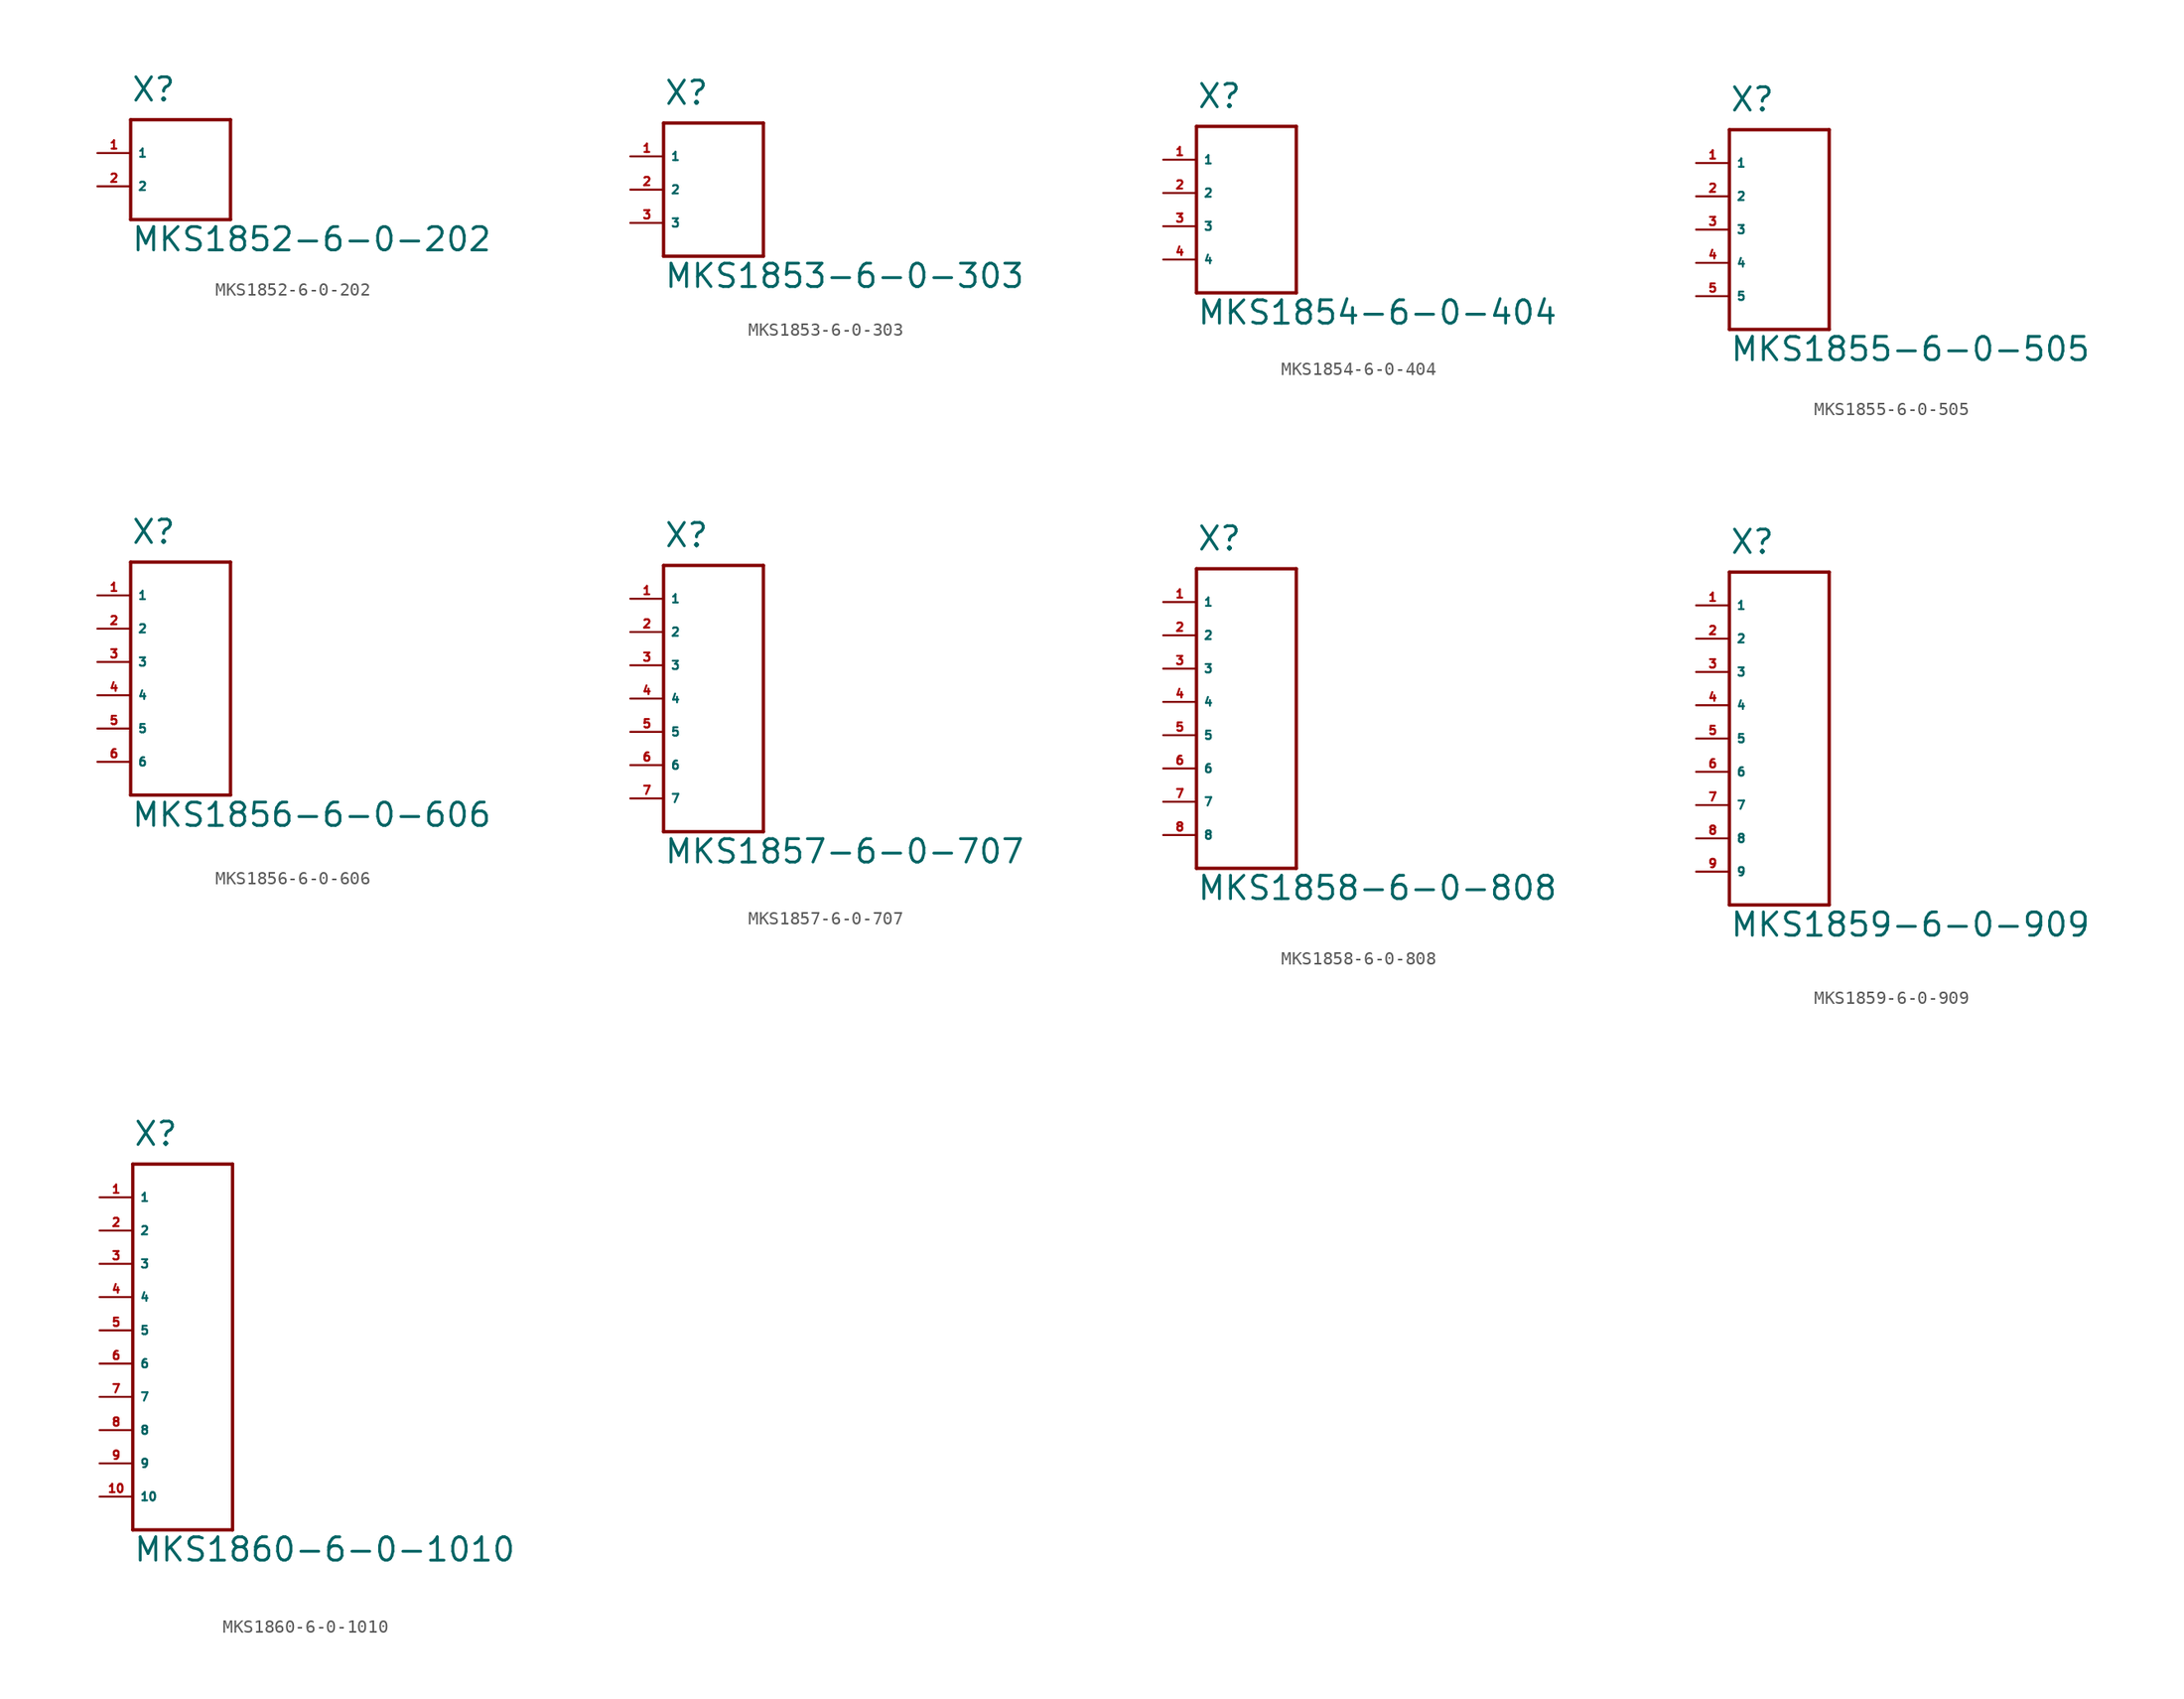
<source format=kicad_sym>
(kicad_symbol_lib
  (version 20220914)
  (generator Eagle2Kicad)
  (symbol "MKS1852-6-0-202"
    (property "Reference" "X"
      (at -2.54 3.81 0)
      (effects (font (size 1.778 1.778) (thickness 0.22)) (justify left bottom)))
    (property "Value" "MKS1852-6-0-202"
      (at -2.54 -7.62 0)
      (effects (font (size 1.778 1.778) (thickness 0.22)) (justify left bottom)))
    (polyline
      (pts (xy -2.54 2.54) (xy 5.08 2.54))
      (stroke (width 0.254) (type default))
      (fill (type none)))
    (polyline
      (pts (xy 5.08 2.54) (xy 5.08 -5.08))
      (stroke (width 0.254) (type default))
      (fill (type none)))
    (polyline
      (pts (xy 5.08 -5.08) (xy -2.54 -5.08))
      (stroke (width 0.254) (type default))
      (fill (type none)))
    (polyline
      (pts (xy -2.54 -5.08) (xy -2.54 2.54))
      (stroke (width 0.254) (type default))
      (fill (type none)))
    (pin input line
      (at -5.08 0 0)
      (length 2.54)
      (name "1" (effects (font (size 0.635 0.635) (thickness 0.08)) (justify left bottom)))
      (number "1" (effects (font (size 0.635 0.635) (thickness 0.08)) (justify left bottom))))
    (pin input line
      (at -5.08 -2.54 0)
      (length 2.54)
      (name "2" (effects (font (size 0.635 0.635) (thickness 0.08)) (justify left bottom)))
      (number "2" (effects (font (size 0.635 0.635) (thickness 0.08)) (justify left bottom)))))
  (symbol "MKS1853-6-0-303"
    (property "Reference" "X"
      (at -2.54 3.81 0)
      (effects (font (size 1.778 1.778) (thickness 0.22)) (justify left bottom)))
    (property "Value" "MKS1853-6-0-303"
      (at -2.54 -10.16 0)
      (effects (font (size 1.778 1.778) (thickness 0.22)) (justify left bottom)))
    (polyline
      (pts (xy -2.54 2.54) (xy 5.08 2.54))
      (stroke (width 0.254) (type default))
      (fill (type none)))
    (polyline
      (pts (xy 5.08 2.54) (xy 5.08 -7.62))
      (stroke (width 0.254) (type default))
      (fill (type none)))
    (polyline
      (pts (xy 5.08 -7.62) (xy -2.54 -7.62))
      (stroke (width 0.254) (type default))
      (fill (type none)))
    (polyline
      (pts (xy -2.54 -7.62) (xy -2.54 2.54))
      (stroke (width 0.254) (type default))
      (fill (type none)))
    (pin input line
      (at -5.08 0 0)
      (length 2.54)
      (name "1" (effects (font (size 0.635 0.635) (thickness 0.08)) (justify left bottom)))
      (number "1" (effects (font (size 0.635 0.635) (thickness 0.08)) (justify left bottom))))
    (pin input line
      (at -5.08 -2.54 0)
      (length 2.54)
      (name "2" (effects (font (size 0.635 0.635) (thickness 0.08)) (justify left bottom)))
      (number "2" (effects (font (size 0.635 0.635) (thickness 0.08)) (justify left bottom))))
    (pin input line
      (at -5.08 -5.08 0)
      (length 2.54)
      (name "3" (effects (font (size 0.635 0.635) (thickness 0.08)) (justify left bottom)))
      (number "3" (effects (font (size 0.635 0.635) (thickness 0.08)) (justify left bottom)))))
  (symbol "MKS1854-6-0-404"
    (property "Reference" "X"
      (at -2.54 3.81 0)
      (effects (font (size 1.778 1.778) (thickness 0.22)) (justify left bottom)))
    (property "Value" "MKS1854-6-0-404"
      (at -2.54 -12.7 0)
      (effects (font (size 1.778 1.778) (thickness 0.22)) (justify left bottom)))
    (polyline
      (pts (xy -2.54 2.54) (xy 5.08 2.54))
      (stroke (width 0.254) (type default))
      (fill (type none)))
    (polyline
      (pts (xy 5.08 2.54) (xy 5.08 -10.16))
      (stroke (width 0.254) (type default))
      (fill (type none)))
    (polyline
      (pts (xy 5.08 -10.16) (xy -2.54 -10.16))
      (stroke (width 0.254) (type default))
      (fill (type none)))
    (polyline
      (pts (xy -2.54 -10.16) (xy -2.54 2.54))
      (stroke (width 0.254) (type default))
      (fill (type none)))
    (pin input line
      (at -5.08 0 0)
      (length 2.54)
      (name "1" (effects (font (size 0.635 0.635) (thickness 0.08)) (justify left bottom)))
      (number "1" (effects (font (size 0.635 0.635) (thickness 0.08)) (justify left bottom))))
    (pin input line
      (at -5.08 -2.54 0)
      (length 2.54)
      (name "2" (effects (font (size 0.635 0.635) (thickness 0.08)) (justify left bottom)))
      (number "2" (effects (font (size 0.635 0.635) (thickness 0.08)) (justify left bottom))))
    (pin input line
      (at -5.08 -5.08 0)
      (length 2.54)
      (name "3" (effects (font (size 0.635 0.635) (thickness 0.08)) (justify left bottom)))
      (number "3" (effects (font (size 0.635 0.635) (thickness 0.08)) (justify left bottom))))
    (pin input line
      (at -5.08 -7.62 0)
      (length 2.54)
      (name "4" (effects (font (size 0.635 0.635) (thickness 0.08)) (justify left bottom)))
      (number "4" (effects (font (size 0.635 0.635) (thickness 0.08)) (justify left bottom)))))
  (symbol "MKS1855-6-0-505"
    (property "Reference" "X"
      (at -2.54 3.81 0)
      (effects (font (size 1.778 1.778) (thickness 0.22)) (justify left bottom)))
    (property "Value" "MKS1855-6-0-505"
      (at -2.54 -15.24 0)
      (effects (font (size 1.778 1.778) (thickness 0.22)) (justify left bottom)))
    (polyline
      (pts (xy -2.54 2.54) (xy 5.08 2.54))
      (stroke (width 0.254) (type default))
      (fill (type none)))
    (polyline
      (pts (xy 5.08 2.54) (xy 5.08 -12.7))
      (stroke (width 0.254) (type default))
      (fill (type none)))
    (polyline
      (pts (xy 5.08 -12.7) (xy -2.54 -12.7))
      (stroke (width 0.254) (type default))
      (fill (type none)))
    (polyline
      (pts (xy -2.54 -12.7) (xy -2.54 2.54))
      (stroke (width 0.254) (type default))
      (fill (type none)))
    (pin input line
      (at -5.08 0 0)
      (length 2.54)
      (name "1" (effects (font (size 0.635 0.635) (thickness 0.08)) (justify left bottom)))
      (number "1" (effects (font (size 0.635 0.635) (thickness 0.08)) (justify left bottom))))
    (pin input line
      (at -5.08 -2.54 0)
      (length 2.54)
      (name "2" (effects (font (size 0.635 0.635) (thickness 0.08)) (justify left bottom)))
      (number "2" (effects (font (size 0.635 0.635) (thickness 0.08)) (justify left bottom))))
    (pin input line
      (at -5.08 -5.08 0)
      (length 2.54)
      (name "3" (effects (font (size 0.635 0.635) (thickness 0.08)) (justify left bottom)))
      (number "3" (effects (font (size 0.635 0.635) (thickness 0.08)) (justify left bottom))))
    (pin input line
      (at -5.08 -7.62 0)
      (length 2.54)
      (name "4" (effects (font (size 0.635 0.635) (thickness 0.08)) (justify left bottom)))
      (number "4" (effects (font (size 0.635 0.635) (thickness 0.08)) (justify left bottom))))
    (pin input line
      (at -5.08 -10.16 0)
      (length 2.54)
      (name "5" (effects (font (size 0.635 0.635) (thickness 0.08)) (justify left bottom)))
      (number "5" (effects (font (size 0.635 0.635) (thickness 0.08)) (justify left bottom)))))
  (symbol "MKS1856-6-0-606"
    (property "Reference" "X"
      (at -2.54 3.81 0)
      (effects (font (size 1.778 1.778) (thickness 0.22)) (justify left bottom)))
    (property "Value" "MKS1856-6-0-606"
      (at -2.54 -17.78 0)
      (effects (font (size 1.778 1.778) (thickness 0.22)) (justify left bottom)))
    (polyline
      (pts (xy -2.54 2.54) (xy 5.08 2.54))
      (stroke (width 0.254) (type default))
      (fill (type none)))
    (polyline
      (pts (xy 5.08 2.54) (xy 5.08 -15.24))
      (stroke (width 0.254) (type default))
      (fill (type none)))
    (polyline
      (pts (xy 5.08 -15.24) (xy -2.54 -15.24))
      (stroke (width 0.254) (type default))
      (fill (type none)))
    (polyline
      (pts (xy -2.54 -15.24) (xy -2.54 2.54))
      (stroke (width 0.254) (type default))
      (fill (type none)))
    (pin input line
      (at -5.08 0 0)
      (length 2.54)
      (name "1" (effects (font (size 0.635 0.635) (thickness 0.08)) (justify left bottom)))
      (number "1" (effects (font (size 0.635 0.635) (thickness 0.08)) (justify left bottom))))
    (pin input line
      (at -5.08 -2.54 0)
      (length 2.54)
      (name "2" (effects (font (size 0.635 0.635) (thickness 0.08)) (justify left bottom)))
      (number "2" (effects (font (size 0.635 0.635) (thickness 0.08)) (justify left bottom))))
    (pin input line
      (at -5.08 -5.08 0)
      (length 2.54)
      (name "3" (effects (font (size 0.635 0.635) (thickness 0.08)) (justify left bottom)))
      (number "3" (effects (font (size 0.635 0.635) (thickness 0.08)) (justify left bottom))))
    (pin input line
      (at -5.08 -7.62 0)
      (length 2.54)
      (name "4" (effects (font (size 0.635 0.635) (thickness 0.08)) (justify left bottom)))
      (number "4" (effects (font (size 0.635 0.635) (thickness 0.08)) (justify left bottom))))
    (pin input line
      (at -5.08 -10.16 0)
      (length 2.54)
      (name "5" (effects (font (size 0.635 0.635) (thickness 0.08)) (justify left bottom)))
      (number "5" (effects (font (size 0.635 0.635) (thickness 0.08)) (justify left bottom))))
    (pin input line
      (at -5.08 -12.7 0)
      (length 2.54)
      (name "6" (effects (font (size 0.635 0.635) (thickness 0.08)) (justify left bottom)))
      (number "6" (effects (font (size 0.635 0.635) (thickness 0.08)) (justify left bottom)))))
  (symbol "MKS1857-6-0-707"
    (property "Reference" "X"
      (at -2.54 3.81 0)
      (effects (font (size 1.778 1.778) (thickness 0.22)) (justify left bottom)))
    (property "Value" "MKS1857-6-0-707"
      (at -2.54 -20.32 0)
      (effects (font (size 1.778 1.778) (thickness 0.22)) (justify left bottom)))
    (polyline
      (pts (xy -2.54 2.54) (xy 5.08 2.54))
      (stroke (width 0.254) (type default))
      (fill (type none)))
    (polyline
      (pts (xy 5.08 2.54) (xy 5.08 -17.78))
      (stroke (width 0.254) (type default))
      (fill (type none)))
    (polyline
      (pts (xy 5.08 -17.78) (xy -2.54 -17.78))
      (stroke (width 0.254) (type default))
      (fill (type none)))
    (polyline
      (pts (xy -2.54 -17.78) (xy -2.54 2.54))
      (stroke (width 0.254) (type default))
      (fill (type none)))
    (pin input line
      (at -5.08 0 0)
      (length 2.54)
      (name "1" (effects (font (size 0.635 0.635) (thickness 0.08)) (justify left bottom)))
      (number "1" (effects (font (size 0.635 0.635) (thickness 0.08)) (justify left bottom))))
    (pin input line
      (at -5.08 -2.54 0)
      (length 2.54)
      (name "2" (effects (font (size 0.635 0.635) (thickness 0.08)) (justify left bottom)))
      (number "2" (effects (font (size 0.635 0.635) (thickness 0.08)) (justify left bottom))))
    (pin input line
      (at -5.08 -5.08 0)
      (length 2.54)
      (name "3" (effects (font (size 0.635 0.635) (thickness 0.08)) (justify left bottom)))
      (number "3" (effects (font (size 0.635 0.635) (thickness 0.08)) (justify left bottom))))
    (pin input line
      (at -5.08 -7.62 0)
      (length 2.54)
      (name "4" (effects (font (size 0.635 0.635) (thickness 0.08)) (justify left bottom)))
      (number "4" (effects (font (size 0.635 0.635) (thickness 0.08)) (justify left bottom))))
    (pin input line
      (at -5.08 -10.16 0)
      (length 2.54)
      (name "5" (effects (font (size 0.635 0.635) (thickness 0.08)) (justify left bottom)))
      (number "5" (effects (font (size 0.635 0.635) (thickness 0.08)) (justify left bottom))))
    (pin input line
      (at -5.08 -12.7 0)
      (length 2.54)
      (name "6" (effects (font (size 0.635 0.635) (thickness 0.08)) (justify left bottom)))
      (number "6" (effects (font (size 0.635 0.635) (thickness 0.08)) (justify left bottom))))
    (pin input line
      (at -5.08 -15.24 0)
      (length 2.54)
      (name "7" (effects (font (size 0.635 0.635) (thickness 0.08)) (justify left bottom)))
      (number "7" (effects (font (size 0.635 0.635) (thickness 0.08)) (justify left bottom)))))
  (symbol "MKS1858-6-0-808"
    (property "Reference" "X"
      (at -2.54 3.81 0)
      (effects (font (size 1.778 1.778) (thickness 0.22)) (justify left bottom)))
    (property "Value" "MKS1858-6-0-808"
      (at -2.54 -22.86 0)
      (effects (font (size 1.778 1.778) (thickness 0.22)) (justify left bottom)))
    (polyline
      (pts (xy -2.54 2.54) (xy 5.08 2.54))
      (stroke (width 0.254) (type default))
      (fill (type none)))
    (polyline
      (pts (xy 5.08 2.54) (xy 5.08 -20.32))
      (stroke (width 0.254) (type default))
      (fill (type none)))
    (polyline
      (pts (xy 5.08 -20.32) (xy -2.54 -20.32))
      (stroke (width 0.254) (type default))
      (fill (type none)))
    (polyline
      (pts (xy -2.54 -20.32) (xy -2.54 2.54))
      (stroke (width 0.254) (type default))
      (fill (type none)))
    (pin input line
      (at -5.08 0 0)
      (length 2.54)
      (name "1" (effects (font (size 0.635 0.635) (thickness 0.08)) (justify left bottom)))
      (number "1" (effects (font (size 0.635 0.635) (thickness 0.08)) (justify left bottom))))
    (pin input line
      (at -5.08 -2.54 0)
      (length 2.54)
      (name "2" (effects (font (size 0.635 0.635) (thickness 0.08)) (justify left bottom)))
      (number "2" (effects (font (size 0.635 0.635) (thickness 0.08)) (justify left bottom))))
    (pin input line
      (at -5.08 -5.08 0)
      (length 2.54)
      (name "3" (effects (font (size 0.635 0.635) (thickness 0.08)) (justify left bottom)))
      (number "3" (effects (font (size 0.635 0.635) (thickness 0.08)) (justify left bottom))))
    (pin input line
      (at -5.08 -7.62 0)
      (length 2.54)
      (name "4" (effects (font (size 0.635 0.635) (thickness 0.08)) (justify left bottom)))
      (number "4" (effects (font (size 0.635 0.635) (thickness 0.08)) (justify left bottom))))
    (pin input line
      (at -5.08 -10.16 0)
      (length 2.54)
      (name "5" (effects (font (size 0.635 0.635) (thickness 0.08)) (justify left bottom)))
      (number "5" (effects (font (size 0.635 0.635) (thickness 0.08)) (justify left bottom))))
    (pin input line
      (at -5.08 -12.7 0)
      (length 2.54)
      (name "6" (effects (font (size 0.635 0.635) (thickness 0.08)) (justify left bottom)))
      (number "6" (effects (font (size 0.635 0.635) (thickness 0.08)) (justify left bottom))))
    (pin input line
      (at -5.08 -15.24 0)
      (length 2.54)
      (name "7" (effects (font (size 0.635 0.635) (thickness 0.08)) (justify left bottom)))
      (number "7" (effects (font (size 0.635 0.635) (thickness 0.08)) (justify left bottom))))
    (pin input line
      (at -5.08 -17.78 0)
      (length 2.54)
      (name "8" (effects (font (size 0.635 0.635) (thickness 0.08)) (justify left bottom)))
      (number "8" (effects (font (size 0.635 0.635) (thickness 0.08)) (justify left bottom)))))
  (symbol "MKS1859-6-0-909"
    (property "Reference" "X"
      (at -2.54 3.81 0)
      (effects (font (size 1.778 1.778) (thickness 0.22)) (justify left bottom)))
    (property "Value" "MKS1859-6-0-909"
      (at -2.54 -25.4 0)
      (effects (font (size 1.778 1.778) (thickness 0.22)) (justify left bottom)))
    (polyline
      (pts (xy -2.54 2.54) (xy 5.08 2.54))
      (stroke (width 0.254) (type default))
      (fill (type none)))
    (polyline
      (pts (xy 5.08 2.54) (xy 5.08 -22.86))
      (stroke (width 0.254) (type default))
      (fill (type none)))
    (polyline
      (pts (xy 5.08 -22.86) (xy -2.54 -22.86))
      (stroke (width 0.254) (type default))
      (fill (type none)))
    (polyline
      (pts (xy -2.54 -22.86) (xy -2.54 2.54))
      (stroke (width 0.254) (type default))
      (fill (type none)))
    (pin input line
      (at -5.08 0 0)
      (length 2.54)
      (name "1" (effects (font (size 0.635 0.635) (thickness 0.08)) (justify left bottom)))
      (number "1" (effects (font (size 0.635 0.635) (thickness 0.08)) (justify left bottom))))
    (pin input line
      (at -5.08 -2.54 0)
      (length 2.54)
      (name "2" (effects (font (size 0.635 0.635) (thickness 0.08)) (justify left bottom)))
      (number "2" (effects (font (size 0.635 0.635) (thickness 0.08)) (justify left bottom))))
    (pin input line
      (at -5.08 -5.08 0)
      (length 2.54)
      (name "3" (effects (font (size 0.635 0.635) (thickness 0.08)) (justify left bottom)))
      (number "3" (effects (font (size 0.635 0.635) (thickness 0.08)) (justify left bottom))))
    (pin input line
      (at -5.08 -7.62 0)
      (length 2.54)
      (name "4" (effects (font (size 0.635 0.635) (thickness 0.08)) (justify left bottom)))
      (number "4" (effects (font (size 0.635 0.635) (thickness 0.08)) (justify left bottom))))
    (pin input line
      (at -5.08 -10.16 0)
      (length 2.54)
      (name "5" (effects (font (size 0.635 0.635) (thickness 0.08)) (justify left bottom)))
      (number "5" (effects (font (size 0.635 0.635) (thickness 0.08)) (justify left bottom))))
    (pin input line
      (at -5.08 -12.7 0)
      (length 2.54)
      (name "6" (effects (font (size 0.635 0.635) (thickness 0.08)) (justify left bottom)))
      (number "6" (effects (font (size 0.635 0.635) (thickness 0.08)) (justify left bottom))))
    (pin input line
      (at -5.08 -15.24 0)
      (length 2.54)
      (name "7" (effects (font (size 0.635 0.635) (thickness 0.08)) (justify left bottom)))
      (number "7" (effects (font (size 0.635 0.635) (thickness 0.08)) (justify left bottom))))
    (pin input line
      (at -5.08 -17.78 0)
      (length 2.54)
      (name "8" (effects (font (size 0.635 0.635) (thickness 0.08)) (justify left bottom)))
      (number "8" (effects (font (size 0.635 0.635) (thickness 0.08)) (justify left bottom))))
    (pin input line
      (at -5.08 -20.32 0)
      (length 2.54)
      (name "9" (effects (font (size 0.635 0.635) (thickness 0.08)) (justify left bottom)))
      (number "9" (effects (font (size 0.635 0.635) (thickness 0.08)) (justify left bottom)))))
  (symbol "MKS1860-6-0-1010"
    (property "Reference" "X"
      (at -2.54 3.81 0)
      (effects (font (size 1.778 1.778) (thickness 0.22)) (justify left bottom)))
    (property "Value" "MKS1860-6-0-1010"
      (at -2.54 -27.94 0)
      (effects (font (size 1.778 1.778) (thickness 0.22)) (justify left bottom)))
    (polyline
      (pts (xy -2.54 2.54) (xy 5.08 2.54))
      (stroke (width 0.254) (type default))
      (fill (type none)))
    (polyline
      (pts (xy 5.08 2.54) (xy 5.08 -25.4))
      (stroke (width 0.254) (type default))
      (fill (type none)))
    (polyline
      (pts (xy 5.08 -25.4) (xy -2.54 -25.4))
      (stroke (width 0.254) (type default))
      (fill (type none)))
    (polyline
      (pts (xy -2.54 -25.4) (xy -2.54 2.54))
      (stroke (width 0.254) (type default))
      (fill (type none)))
    (pin input line
      (at -5.08 0 0)
      (length 2.54)
      (name "1" (effects (font (size 0.635 0.635) (thickness 0.08)) (justify left bottom)))
      (number "1" (effects (font (size 0.635 0.635) (thickness 0.08)) (justify left bottom))))
    (pin input line
      (at -5.08 -2.54 0)
      (length 2.54)
      (name "2" (effects (font (size 0.635 0.635) (thickness 0.08)) (justify left bottom)))
      (number "2" (effects (font (size 0.635 0.635) (thickness 0.08)) (justify left bottom))))
    (pin input line
      (at -5.08 -5.08 0)
      (length 2.54)
      (name "3" (effects (font (size 0.635 0.635) (thickness 0.08)) (justify left bottom)))
      (number "3" (effects (font (size 0.635 0.635) (thickness 0.08)) (justify left bottom))))
    (pin input line
      (at -5.08 -7.62 0)
      (length 2.54)
      (name "4" (effects (font (size 0.635 0.635) (thickness 0.08)) (justify left bottom)))
      (number "4" (effects (font (size 0.635 0.635) (thickness 0.08)) (justify left bottom))))
    (pin input line
      (at -5.08 -10.16 0)
      (length 2.54)
      (name "5" (effects (font (size 0.635 0.635) (thickness 0.08)) (justify left bottom)))
      (number "5" (effects (font (size 0.635 0.635) (thickness 0.08)) (justify left bottom))))
    (pin input line
      (at -5.08 -12.7 0)
      (length 2.54)
      (name "6" (effects (font (size 0.635 0.635) (thickness 0.08)) (justify left bottom)))
      (number "6" (effects (font (size 0.635 0.635) (thickness 0.08)) (justify left bottom))))
    (pin input line
      (at -5.08 -15.24 0)
      (length 2.54)
      (name "7" (effects (font (size 0.635 0.635) (thickness 0.08)) (justify left bottom)))
      (number "7" (effects (font (size 0.635 0.635) (thickness 0.08)) (justify left bottom))))
    (pin input line
      (at -5.08 -17.78 0)
      (length 2.54)
      (name "8" (effects (font (size 0.635 0.635) (thickness 0.08)) (justify left bottom)))
      (number "8" (effects (font (size 0.635 0.635) (thickness 0.08)) (justify left bottom))))
    (pin input line
      (at -5.08 -20.32 0)
      (length 2.54)
      (name "9" (effects (font (size 0.635 0.635) (thickness 0.08)) (justify left bottom)))
      (number "9" (effects (font (size 0.635 0.635) (thickness 0.08)) (justify left bottom))))
    (pin input line
      (at -5.08 -22.86 0)
      (length 2.54)
      (name "10" (effects (font (size 0.635 0.635) (thickness 0.08)) (justify left bottom)))
      (number "10" (effects (font (size 0.635 0.635) (thickness 0.08)) (justify left bottom))))))
</source>
